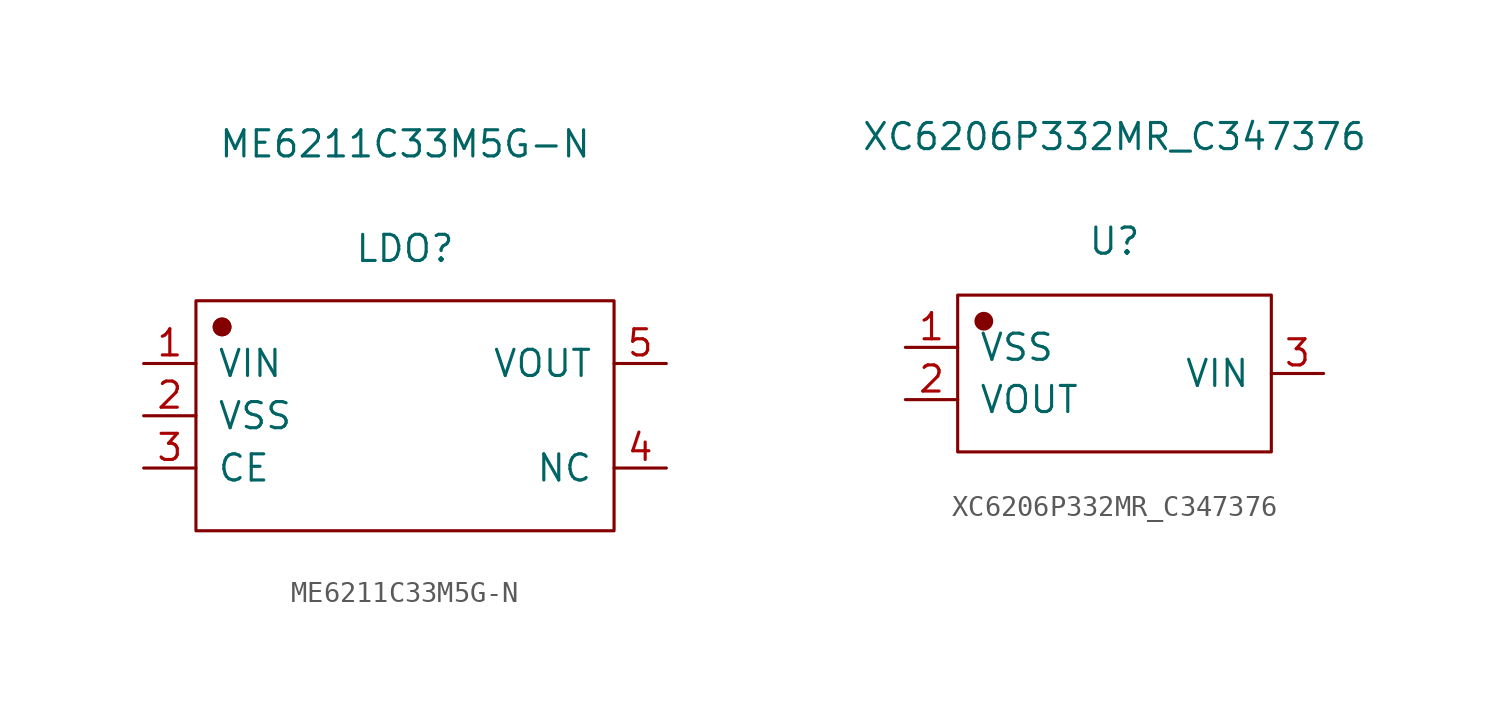
<source format=kicad_sym>
(kicad_symbol_lib
  (version 20211014)
  (generator kicad_symbol_editor)
  (symbol "ME6211C33M5G-N"
    (pin_names
      (offset 1.016))
    (property "Reference" "LDO"
      (at 0 8.128 0)
      (effects (font (size 1.27 1.27))))
    (property "Value" "ME6211C33M5G-N"
      (at 0 13.208 0)
      (effects (font (size 1.27 1.27))))
    (symbol "ME6211C33M5G-N_1_1"
      (rectangle (start -10.16 5.588) (end 10.16 -5.588) (stroke (width 0.152) (type default) (color 0 0 0 0)) (fill (type none)))
      (circle (center -8.89 4.318) (radius 0.381) (stroke (width 0.152) (type default) (color 0 0 0 0)) (fill (type outline)))
      (circle (center -8.89 4.318) (radius 0.381) (stroke (width 0.152) (type default) (color 0 0 0 0)) (fill (type outline)))
      (pin input line (at -12.7 2.54 0) (length 2.54) (name "VIN" (effects (font (size 1.27 1.27)))) (number "1" (effects (font (size 1.27 1.27)))))
      (pin input line (at -12.7 0 0) (length 2.54) (name "VSS" (effects (font (size 1.27 1.27)))) (number "2" (effects (font (size 1.27 1.27)))))
      (pin input line (at -12.7 -2.54 0) (length 2.54) (name "CE" (effects (font (size 1.27 1.27)))) (number "3" (effects (font (size 1.27 1.27)))))
      (pin input line (at 12.7 -2.54 180) (length 2.54) (name "NC" (effects (font (size 1.27 1.27)))) (number "4" (effects (font (size 1.27 1.27)))))
      (pin input line (at 12.7 2.54 180) (length 2.54) (name "VOUT" (effects (font (size 1.27 1.27)))) (number "5" (effects (font (size 1.27 1.27)))))))
  (symbol "XC6206P332MR_C347376"
    (pin_names
      (offset 1.016))
    (property "Reference" "U"
      (at 0 6.426 0)
      (effects (font (size 1.27 1.27))))
    (property "Value" "XC6206P332MR_C347376"
      (at 0 11.506 0)
      (effects (font (size 1.27 1.27))))
    (symbol "XC6206P332MR_C347376_1_1"
      (rectangle (start -7.62 3.81) (end 7.62 -3.81) (stroke (width 0.152) (type default) (color 0 0 0 0)) (fill (type none)))
      (circle (center -6.35 2.54) (radius 0.381) (stroke (width 0.152) (type default) (color 0 0 0 0)) (fill (type outline)))
      (pin input line (at -10.16 1.27 0) (length 2.54) (name "VSS" (effects (font (size 1.27 1.27)))) (number "1" (effects (font (size 1.27 1.27)))))
      (pin input line (at -10.16 -1.27 0) (length 2.54) (name "VOUT" (effects (font (size 1.27 1.27)))) (number "2" (effects (font (size 1.27 1.27)))))
      (pin input line (at 10.16 0 180) (length 2.54) (name "VIN" (effects (font (size 1.27 1.27)))) (number "3" (effects (font (size 1.27 1.27))))))))
</source>
